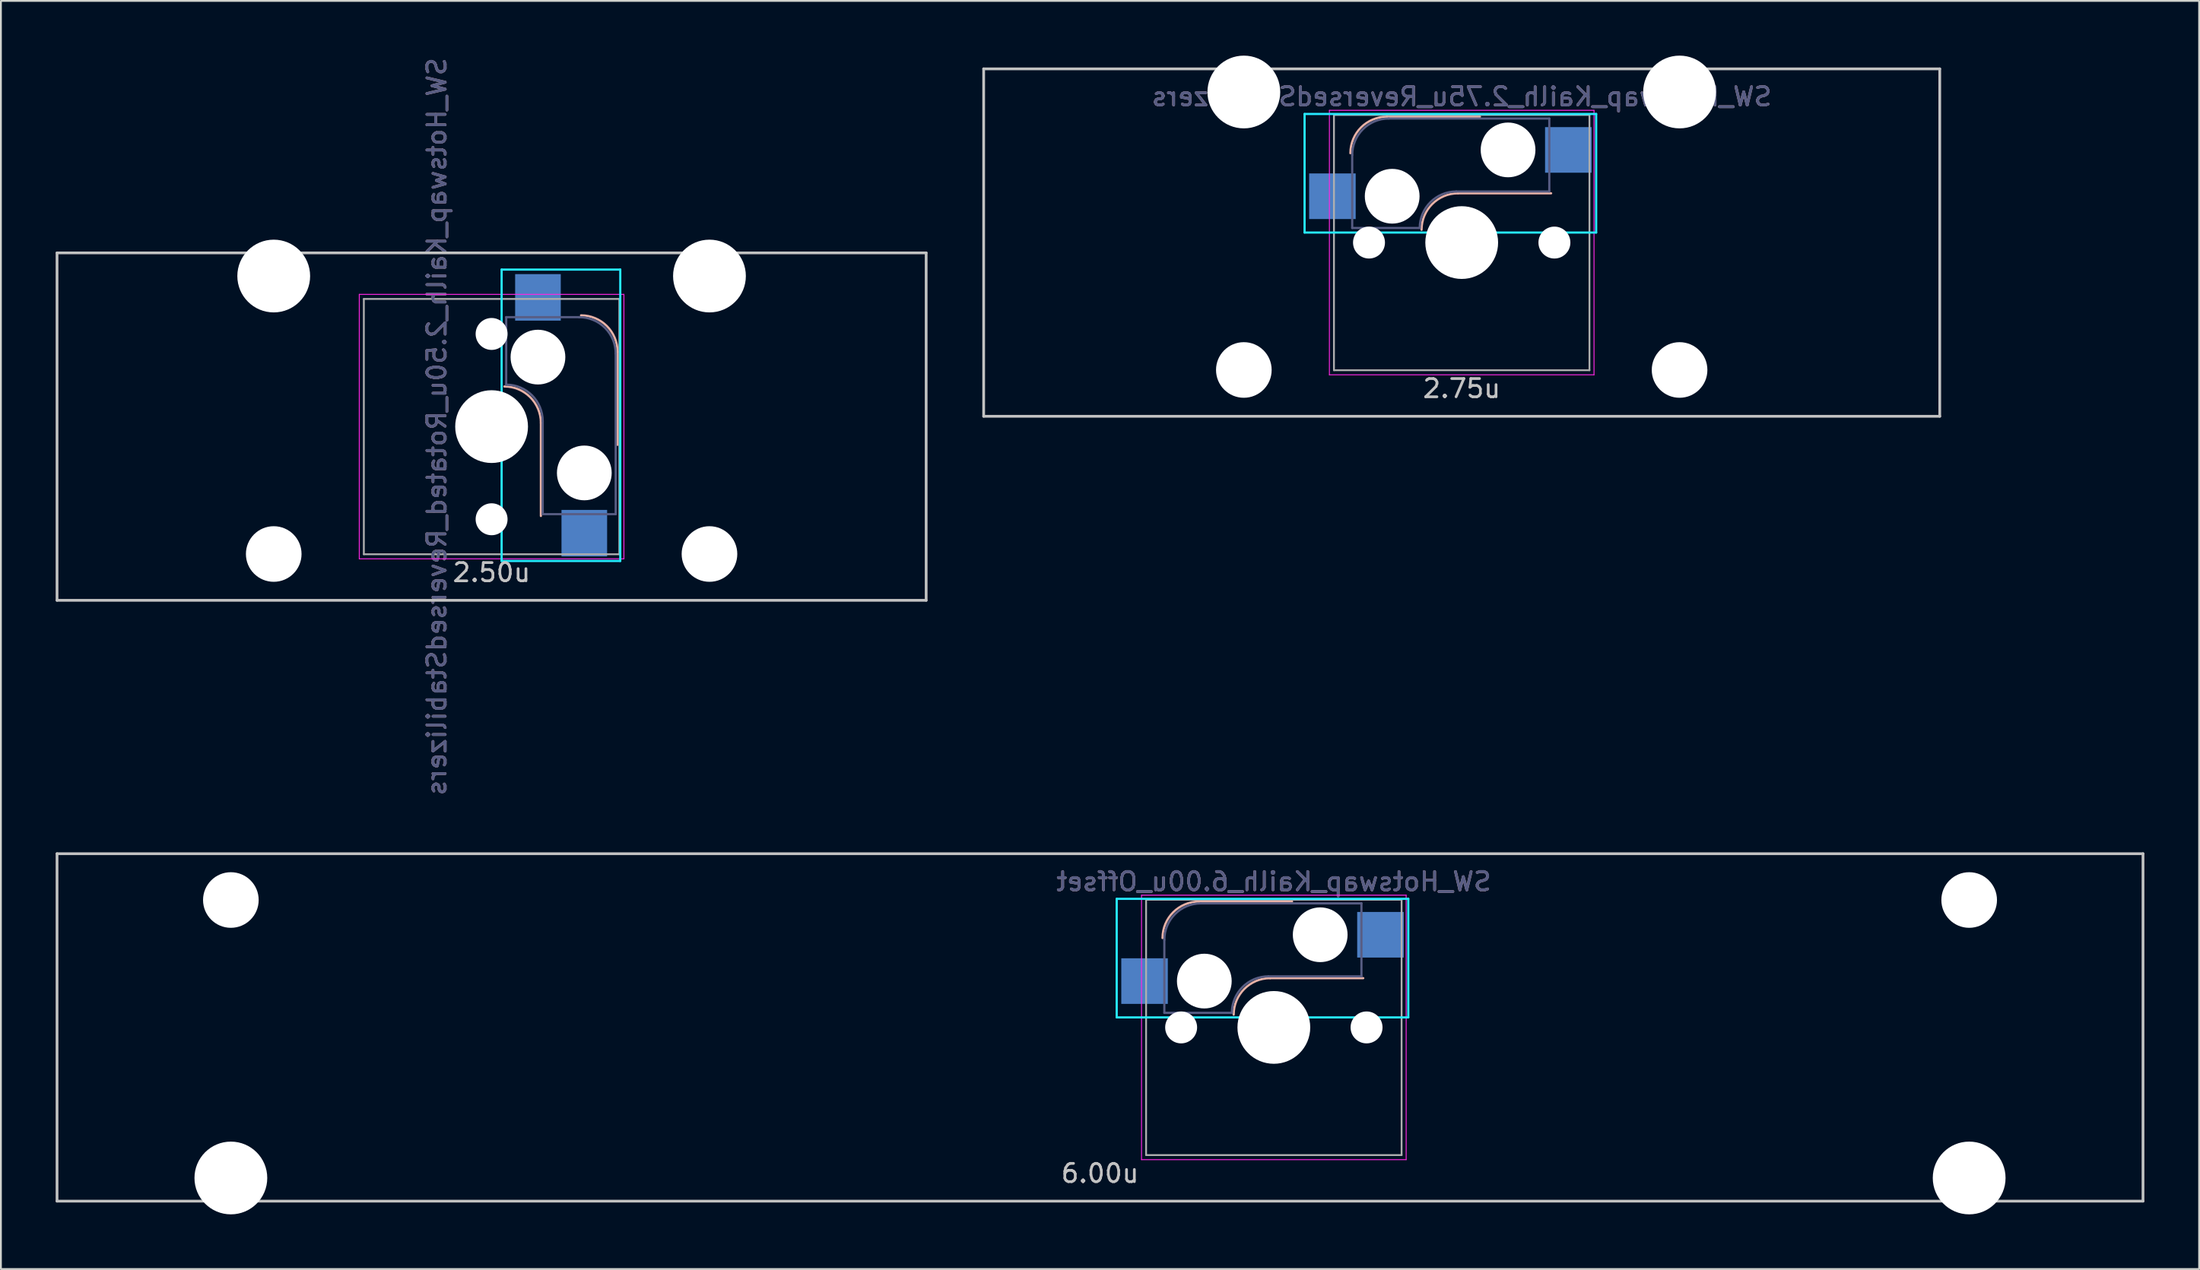
<source format=kicad_pcb>
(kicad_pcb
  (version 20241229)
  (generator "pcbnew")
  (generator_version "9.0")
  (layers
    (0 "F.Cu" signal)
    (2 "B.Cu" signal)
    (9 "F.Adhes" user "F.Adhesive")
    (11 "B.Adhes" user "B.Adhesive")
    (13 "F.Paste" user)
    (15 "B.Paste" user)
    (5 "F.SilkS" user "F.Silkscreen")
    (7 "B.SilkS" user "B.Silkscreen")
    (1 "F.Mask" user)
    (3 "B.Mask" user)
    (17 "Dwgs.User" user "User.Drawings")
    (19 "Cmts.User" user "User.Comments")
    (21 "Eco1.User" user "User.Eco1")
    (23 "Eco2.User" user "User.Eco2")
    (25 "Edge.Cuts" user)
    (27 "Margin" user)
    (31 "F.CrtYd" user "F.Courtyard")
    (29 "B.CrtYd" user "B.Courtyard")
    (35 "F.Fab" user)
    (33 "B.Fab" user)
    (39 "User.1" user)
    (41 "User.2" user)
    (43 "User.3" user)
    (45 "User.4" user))
  (footprint "SW_Hotswap_Kailh_2.75u_ReversedStabilizers"
    (layer "F.Cu")
    (at 77.044 10.249)
    (property "Reference" "SW_Hotswap_Kailh_2.75u_ReversedStabilizers" (at 0 -8 0) (layer "B.SilkS") (effects (font (size 1 1) (thickness 0.15)) (justify mirror)))
    (attr smd)
    (fp_line (start 1 -6.9) (end -4.1 -6.9) (stroke (width 0.12) (type solid)) (layer "B.SilkS"))
    (fp_line (start 4.9 -2.7) (end -0.2 -2.7) (stroke (width 0.12) (type solid)) (layer "B.SilkS"))
    (fp_arc (start -6.1 -4.9) (mid -5.514214 -6.314214) (end -4.1 -6.9) (stroke (width 0.12) (type solid)) (layer "B.SilkS"))
    (fp_arc (start -2.2 -0.7) (mid -1.614214 -2.114214) (end -0.2 -2.7) (stroke (width 0.12) (type solid)) (layer "B.SilkS"))
    (fp_line (start -26.194 -9.525) (end 26.194 -9.525) (stroke (width 0.15) (type solid)) (layer "Dwgs.User"))
    (fp_line (start -26.194 9.525) (end -26.194 -9.525) (stroke (width 0.15) (type solid)) (layer "Dwgs.User"))
    (fp_line (start 26.194 -9.525) (end 26.194 9.525) (stroke (width 0.15) (type solid)) (layer "Dwgs.User"))
    (fp_line (start 26.194 9.525) (end -26.194 9.525) (stroke (width 0.15) (type solid)) (layer "Dwgs.User"))
    (fp_line (start -8.61 -7.05) (end 7.367 -7.05) (stroke (width 0.12) (type solid)) (layer "B.CrtYd"))
    (fp_line (start -8.61 -0.55) (end -8.61 -7.05) (stroke (width 0.12) (type solid)) (layer "B.CrtYd"))
    (fp_line (start -8.61 -0.55) (end 7.367 -0.55) (stroke (width 0.12) (type solid)) (layer "B.CrtYd"))
    (fp_line (start 7.367 -7.05) (end 7.367 -0.55) (stroke (width 0.12) (type solid)) (layer "B.CrtYd"))
    (fp_line (start -7.25 -7.25) (end 7.25 -7.25) (stroke (width 0.05) (type solid)) (layer "F.CrtYd"))
    (fp_line (start -7.25 7.25) (end -7.25 -7.25) (stroke (width 0.05) (type solid)) (layer "F.CrtYd"))
    (fp_line (start 7.25 -7.25) (end 7.25 7.25) (stroke (width 0.05) (type solid)) (layer "F.CrtYd"))
    (fp_line (start 7.25 7.25) (end -7.25 7.25) (stroke (width 0.05) (type solid)) (layer "F.CrtYd"))
    (fp_line (start -6 -0.8) (end -6 -4.8) (stroke (width 0.12) (type solid)) (layer "B.Fab"))
    (fp_line (start -6 -0.8) (end -2.3 -0.8) (stroke (width 0.12) (type solid)) (layer "B.Fab"))
    (fp_line (start -4 -6.8) (end 4.8 -6.8) (stroke (width 0.12) (type solid)) (layer "B.Fab"))
    (fp_line (start -0.3 -2.8) (end 4.8 -2.8) (stroke (width 0.12) (type solid)) (layer "B.Fab"))
    (fp_line (start 4.8 -6.8) (end 4.8 -2.8) (stroke (width 0.12) (type solid)) (layer "B.Fab"))
    (fp_arc (start -6 -4.8) (mid -5.414214 -6.214214) (end -4 -6.8) (stroke (width 0.12) (type solid)) (layer "B.Fab"))
    (fp_arc (start -2.3 -0.8) (mid -1.714214 -2.214214) (end -0.3 -2.8) (stroke (width 0.12) (type solid)) (layer "B.Fab"))
    (fp_line (start -7 -7) (end 7 -7) (stroke (width 0.1) (type solid)) (layer "F.Fab"))
    (fp_line (start -7 7) (end -7 -7) (stroke (width 0.1) (type solid)) (layer "F.Fab"))
    (fp_line (start 7 -7) (end 7 7) (stroke (width 0.1) (type solid)) (layer "F.Fab"))
    (fp_line (start 7 7) (end -7 7) (stroke (width 0.1) (type solid)) (layer "F.Fab"))
    (fp_text user "2.75u" (at 0 8 0) (layer "Dwgs.User") (effects (font (size 1 1) (thickness 0.15))))
    (fp_text user "${REFERENCE}" (at 0 -8 0) (layer "B.Fab") (effects (font (size 1 1) (thickness 0.15)) (justify mirror)))
    (pad "" np_thru_hole circle (at -11.938 -8.255) (size 3.988 3.988) (drill 3.988) (layers "*.Cu" "*.Mask"))
    (pad "" np_thru_hole circle (at -11.938 6.985) (size 3.048 3.048) (drill 3.048) (layers "*.Cu" "*.Mask"))
    (pad "" np_thru_hole circle (at -5.08 0 48.1) (size 1.75 1.75) (drill 1.75) (layers "*.Cu" "*.Mask"))
    (pad "" np_thru_hole circle (at -3.81 -2.54) (size 3 3) (drill 3) (layers "*.Cu" "*.Mask"))
    (pad "" np_thru_hole circle (at 0 0) (size 3.988 3.988) (drill 3.988) (layers "*.Cu" "*.Mask"))
    (pad "" np_thru_hole circle (at 2.54 -5.08) (size 3 3) (drill 3) (layers "*.Cu" "*.Mask"))
    (pad "" np_thru_hole circle (at 5.08 0 48.1) (size 1.75 1.75) (drill 1.75) (layers "*.Cu" "*.Mask"))
    (pad "" np_thru_hole circle (at 11.938 -8.255) (size 3.988 3.988) (drill 3.988) (layers "*.Cu" "*.Mask"))
    (pad "" np_thru_hole circle (at 11.938 6.985) (size 3.048 3.048) (drill 3.048) (layers "*.Cu" "*.Mask"))
    (pad "1" smd rect (at -7.085 -2.54) (size 2.55 2.5) (layers "B.Cu" "B.Mask" "B.Paste"))
    (pad "2" smd rect (at 5.842 -5.08) (size 2.55 2.5) (layers "B.Cu" "B.Mask" "B.Paste")))
  (footprint "SW_Hotswap_Kailh_6.00u_Offset"
    (layer "F.Cu")
    (at 57.225 53.279)
    (property "Reference" "SW_Hotswap_Kailh_6.00u_Offset" (at 9.525 -8 0) (layer "B.SilkS") (effects (font (size 1 1) (thickness 0.15)) (justify mirror)))
    (attr smd)
    (fp_line (start 10.525 -6.9) (end 5.425 -6.9) (stroke (width 0.12) (type solid)) (layer "B.SilkS"))
    (fp_line (start 14.425 -2.7) (end 9.325 -2.7) (stroke (width 0.12) (type solid)) (layer "B.SilkS"))
    (fp_arc (start 3.425 -4.9) (mid 4.010786 -6.314214) (end 5.425 -6.9) (stroke (width 0.12) (type solid)) (layer "B.SilkS"))
    (fp_arc (start 7.325 -0.7) (mid 7.910786 -2.114214) (end 9.325 -2.7) (stroke (width 0.12) (type solid)) (layer "B.SilkS"))
    (fp_line (start -57.15 -9.525) (end 57.15 -9.525) (stroke (width 0.15) (type solid)) (layer "Dwgs.User"))
    (fp_line (start -57.15 9.525) (end -57.15 -9.525) (stroke (width 0.15) (type solid)) (layer "Dwgs.User"))
    (fp_line (start -57.15 9.525) (end 57.15 9.525) (stroke (width 0.15) (type solid)) (layer "Dwgs.User"))
    (fp_line (start 57.15 -9.525) (end 57.15 9.525) (stroke (width 0.15) (type solid)) (layer "Dwgs.User"))
    (fp_line (start 0.915 -7.05) (end 16.892 -7.05) (stroke (width 0.12) (type solid)) (layer "B.CrtYd"))
    (fp_line (start 0.915 -0.55) (end 0.915 -7.05) (stroke (width 0.12) (type solid)) (layer "B.CrtYd"))
    (fp_line (start 0.915 -0.55) (end 16.892 -0.55) (stroke (width 0.12) (type solid)) (layer "B.CrtYd"))
    (fp_line (start 16.892 -7.05) (end 16.892 -0.55) (stroke (width 0.12) (type solid)) (layer "B.CrtYd"))
    (fp_line (start 2.275 -7.25) (end 16.775 -7.25) (stroke (width 0.05) (type solid)) (layer "F.CrtYd"))
    (fp_line (start 2.275 7.25) (end 2.275 -7.25) (stroke (width 0.05) (type solid)) (layer "F.CrtYd"))
    (fp_line (start 16.775 -7.25) (end 16.775 7.25) (stroke (width 0.05) (type solid)) (layer "F.CrtYd"))
    (fp_line (start 16.775 7.25) (end 2.275 7.25) (stroke (width 0.05) (type solid)) (layer "F.CrtYd"))
    (fp_line (start 3.525 -0.8) (end 3.525 -4.8) (stroke (width 0.12) (type solid)) (layer "B.Fab"))
    (fp_line (start 3.525 -0.8) (end 7.225 -0.8) (stroke (width 0.12) (type solid)) (layer "B.Fab"))
    (fp_line (start 5.525 -6.8) (end 14.325 -6.8) (stroke (width 0.12) (type solid)) (layer "B.Fab"))
    (fp_line (start 9.225 -2.8) (end 14.325 -2.8) (stroke (width 0.12) (type solid)) (layer "B.Fab"))
    (fp_line (start 14.325 -6.8) (end 14.325 -2.8) (stroke (width 0.12) (type solid)) (layer "B.Fab"))
    (fp_arc (start 3.525 -4.8) (mid 4.110786 -6.214214) (end 5.525 -6.8) (stroke (width 0.12) (type solid)) (layer "B.Fab"))
    (fp_arc (start 7.225 -0.8) (mid 7.810786 -2.214214) (end 9.225 -2.8) (stroke (width 0.12) (type solid)) (layer "B.Fab"))
    (fp_line (start 2.525 -7) (end 16.525 -7) (stroke (width 0.1) (type solid)) (layer "F.Fab"))
    (fp_line (start 2.525 7) (end 2.525 -7) (stroke (width 0.1) (type solid)) (layer "F.Fab"))
    (fp_line (start 16.525 -7) (end 16.525 7) (stroke (width 0.1) (type solid)) (layer "F.Fab"))
    (fp_line (start 16.525 7) (end 2.525 7) (stroke (width 0.1) (type solid)) (layer "F.Fab"))
    (fp_text user "6.00u" (at 0 8 0) (layer "Dwgs.User") (effects (font (size 1 1) (thickness 0.15))))
    (fp_text user "${REFERENCE}" (at 9.525 -8 0) (layer "B.Fab") (effects (font (size 1 1) (thickness 0.15)) (justify mirror)))
    (pad "" np_thru_hole circle (at -47.625 -6.985) (size 3.048 3.048) (drill 3.048) (layers "*.Cu" "*.Mask"))
    (pad "" np_thru_hole circle (at -47.625 8.255) (size 3.988 3.988) (drill 3.988) (layers "*.Cu" "*.Mask"))
    (pad "" np_thru_hole circle (at 4.445 0 48.1) (size 1.75 1.75) (drill 1.75) (layers "*.Cu" "*.Mask"))
    (pad "" np_thru_hole circle (at 5.715 -2.54) (size 3 3) (drill 3) (layers "*.Cu" "*.Mask"))
    (pad "" np_thru_hole circle (at 9.525 0) (size 3.988 3.988) (drill 3.988) (layers "*.Cu" "*.Mask"))
    (pad "" np_thru_hole circle (at 12.065 -5.08) (size 3 3) (drill 3) (layers "*.Cu" "*.Mask"))
    (pad "" np_thru_hole circle (at 14.605 0 48.1) (size 1.75 1.75) (drill 1.75) (layers "*.Cu" "*.Mask"))
    (pad "" np_thru_hole circle (at 47.625 -6.985) (size 3.048 3.048) (drill 3.048) (layers "*.Cu" "*.Mask"))
    (pad "" np_thru_hole circle (at 47.625 8.255) (size 3.988 3.988) (drill 3.988) (layers "*.Cu" "*.Mask"))
    (pad "1" smd rect (at 2.44 -2.54) (size 2.55 2.5) (layers "B.Cu" "B.Mask" "B.Paste"))
    (pad "2" smd rect (at 15.367 -5.08) (size 2.55 2.5) (layers "B.Cu" "B.Mask" "B.Paste")))
  (footprint "SW_Hotswap_Kailh_2.50u_Rotated_ReversedStabilizers"
    (layer "F.Cu")
    (at 23.887 20.339)
    (property "Reference" "SW_Hotswap_Kailh_2.50u_Rotated_ReversedStabilizers" (at -3 0 90) (layer "B.SilkS") (effects (font (size 1 1) (thickness 0.15)) (justify mirror)))
    (attr smd)
    (fp_line (start 2.7 4.9) (end 2.7 -0.2) (stroke (width 0.12) (type solid)) (layer "B.SilkS"))
    (fp_line (start 6.9 1) (end 6.9 -4.1) (stroke (width 0.12) (type solid)) (layer "B.SilkS"))
    (fp_arc (start 0.7 -2.2) (mid 2.114214 -1.614214) (end 2.7 -0.2) (stroke (width 0.12) (type solid)) (layer "B.SilkS"))
    (fp_arc (start 4.9 -6.1) (mid 6.314214 -5.514214) (end 6.9 -4.1) (stroke (width 0.12) (type solid)) (layer "B.SilkS"))
    (fp_line (start -23.812 -9.525) (end 23.812 -9.525) (stroke (width 0.15) (type solid)) (layer "Dwgs.User"))
    (fp_line (start -23.812 9.525) (end -23.812 -9.525) (stroke (width 0.15) (type solid)) (layer "Dwgs.User"))
    (fp_line (start -23.812 9.525) (end 23.812 9.525) (stroke (width 0.15) (type solid)) (layer "Dwgs.User"))
    (fp_line (start 23.812 -9.525) (end 23.812 9.525) (stroke (width 0.15) (type solid)) (layer "Dwgs.User"))
    (fp_line (start 0.55 -8.61) (end 0.55 7.367) (stroke (width 0.12) (type solid)) (layer "B.CrtYd"))
    (fp_line (start 0.55 -8.61) (end 7.05 -8.61) (stroke (width 0.12) (type solid)) (layer "B.CrtYd"))
    (fp_line (start 7.05 -8.61) (end 7.05 7.367) (stroke (width 0.12) (type solid)) (layer "B.CrtYd"))
    (fp_line (start 7.05 7.367) (end 0.55 7.367) (stroke (width 0.12) (type solid)) (layer "B.CrtYd"))
    (fp_line (start -7.25 -7.25) (end 7.25 -7.25) (stroke (width 0.05) (type solid)) (layer "F.CrtYd"))
    (fp_line (start -7.25 7.25) (end -7.25 -7.25) (stroke (width 0.05) (type solid)) (layer "F.CrtYd"))
    (fp_line (start 7.25 -7.25) (end 7.25 7.25) (stroke (width 0.05) (type solid)) (layer "F.CrtYd"))
    (fp_line (start 7.25 7.25) (end -7.25 7.25) (stroke (width 0.05) (type solid)) (layer "F.CrtYd"))
    (fp_line (start 0.8 -6) (end 0.8 -2.3) (stroke (width 0.12) (type solid)) (layer "B.Fab"))
    (fp_line (start 0.8 -6) (end 4.8 -6) (stroke (width 0.12) (type solid)) (layer "B.Fab"))
    (fp_line (start 2.8 -0.3) (end 2.8 4.8) (stroke (width 0.12) (type solid)) (layer "B.Fab"))
    (fp_line (start 6.8 -4) (end 6.8 4.8) (stroke (width 0.12) (type solid)) (layer "B.Fab"))
    (fp_line (start 6.8 4.8) (end 2.8 4.8) (stroke (width 0.12) (type solid)) (layer "B.Fab"))
    (fp_arc (start 0.8 -2.3) (mid 2.214214 -1.714214) (end 2.8 -0.3) (stroke (width 0.12) (type solid)) (layer "B.Fab"))
    (fp_arc (start 4.8 -6) (mid 6.214214 -5.414214) (end 6.8 -4) (stroke (width 0.12) (type solid)) (layer "B.Fab"))
    (fp_line (start -7 -7) (end 7 -7) (stroke (width 0.1) (type solid)) (layer "F.Fab"))
    (fp_line (start -7 7) (end -7 -7) (stroke (width 0.1) (type solid)) (layer "F.Fab"))
    (fp_line (start 7 -7) (end 7 7) (stroke (width 0.1) (type solid)) (layer "F.Fab"))
    (fp_line (start 7 7) (end -7 7) (stroke (width 0.1) (type solid)) (layer "F.Fab"))
    (fp_text user "2.50u" (at 0 8 0) (layer "Dwgs.User") (effects (font (size 1 1) (thickness 0.15))))
    (fp_text user "${REFERENCE}" (at -3 0 90) (layer "B.Fab") (effects (font (size 1 1) (thickness 0.15)) (justify mirror)))
    (pad "" np_thru_hole circle (at -11.938 -8.255) (size 3.988 3.988) (drill 3.988) (layers "*.Cu" "*.Mask"))
    (pad "" np_thru_hole circle (at -11.938 6.985) (size 3.048 3.048) (drill 3.048) (layers "*.Cu" "*.Mask"))
    (pad "" np_thru_hole circle (at 0 -5.08 318.1) (size 1.75 1.75) (drill 1.75) (layers "*.Cu" "*.Mask"))
    (pad "" np_thru_hole circle (at 0 0 270) (size 3.988 3.988) (drill 3.988) (layers "*.Cu" "*.Mask"))
    (pad "" np_thru_hole circle (at 0 5.08 318.1) (size 1.75 1.75) (drill 1.75) (layers "*.Cu" "*.Mask"))
    (pad "" np_thru_hole circle (at 2.54 -3.81 270) (size 3 3) (drill 3) (layers "*.Cu" "*.Mask"))
    (pad "" np_thru_hole circle (at 5.08 2.54 270) (size 3 3) (drill 3) (layers "*.Cu" "*.Mask"))
    (pad "" np_thru_hole circle (at 11.938 -8.255) (size 3.988 3.988) (drill 3.988) (layers "*.Cu" "*.Mask"))
    (pad "" np_thru_hole circle (at 11.938 6.985) (size 3.048 3.048) (drill 3.048) (layers "*.Cu" "*.Mask"))
    (pad "1" smd rect (at 2.54 -7.085 270) (size 2.55 2.5) (layers "B.Cu" "B.Mask" "B.Paste"))
    (pad "2" smd rect (at 5.08 5.842 270) (size 2.55 2.5) (layers "B.Cu" "B.Mask" "B.Paste")))
  (gr_rect
    (start -3 -3)
    (end 117.45 66.527)
    (stroke (width 0.1) (type default))
    (fill no)
    (layer "Edge.Cuts")))
</source>
